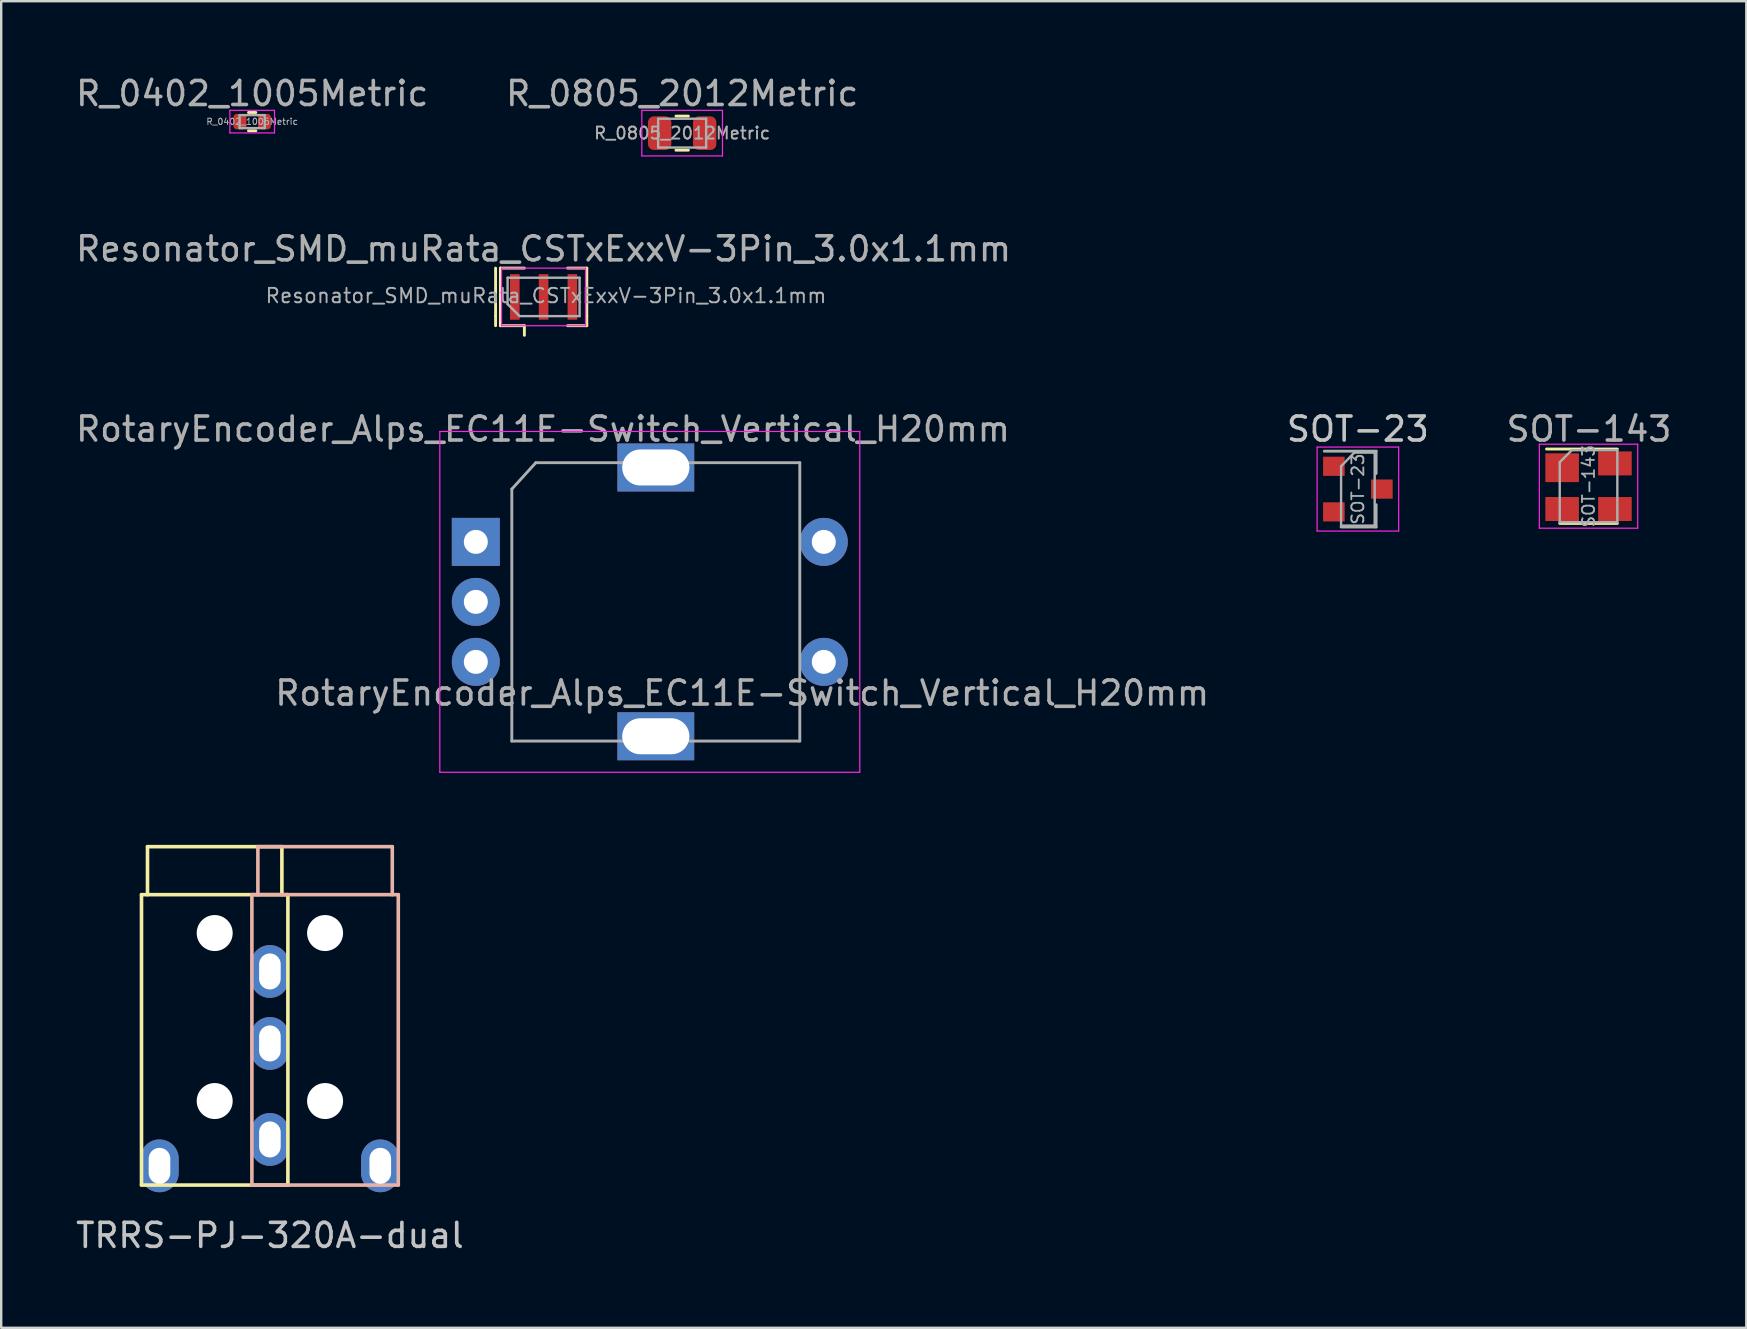
<source format=kicad_pcb>
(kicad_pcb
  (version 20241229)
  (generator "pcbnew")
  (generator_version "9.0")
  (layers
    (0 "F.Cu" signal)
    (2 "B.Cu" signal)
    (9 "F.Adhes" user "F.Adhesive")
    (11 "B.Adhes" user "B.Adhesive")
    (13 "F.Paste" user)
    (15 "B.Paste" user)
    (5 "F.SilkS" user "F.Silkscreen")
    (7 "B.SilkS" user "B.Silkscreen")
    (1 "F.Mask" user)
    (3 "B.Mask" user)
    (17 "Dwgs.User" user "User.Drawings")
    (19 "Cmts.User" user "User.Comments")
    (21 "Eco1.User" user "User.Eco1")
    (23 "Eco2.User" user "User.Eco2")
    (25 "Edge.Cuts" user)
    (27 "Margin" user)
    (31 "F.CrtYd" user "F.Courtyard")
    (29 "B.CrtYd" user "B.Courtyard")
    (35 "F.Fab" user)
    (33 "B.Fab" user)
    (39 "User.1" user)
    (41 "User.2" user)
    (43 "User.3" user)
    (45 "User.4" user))
  (footprint "TRRS-PJ-320A-dual"
    (layer "F.Cu")
    (at 8.196 34.23)
    (property "Reference" "TRRS-PJ-320A-dual" (at 0 14.2 0) (layer "Dwgs.User") (effects (font (size 1 1) (thickness 0.15))))
    (attr through_hole)
    (fp_line (start -5.35 0) (end -5.35 12.1) (stroke (width 0.15) (type solid)) (layer "F.SilkS"))
    (fp_line (start -5.1 0) (end -5.1 -2) (stroke (width 0.15) (type solid)) (layer "F.SilkS"))
    (fp_line (start 0.5 -2) (end -5.1 -2) (stroke (width 0.15) (type solid)) (layer "F.SilkS"))
    (fp_line (start 0.5 0) (end 0.5 -2) (stroke (width 0.15) (type solid)) (layer "F.SilkS"))
    (fp_line (start 0.75 0) (end -5.35 0) (stroke (width 0.15) (type solid)) (layer "F.SilkS"))
    (fp_line (start 0.75 0) (end 0.75 12.1) (stroke (width 0.15) (type solid)) (layer "F.SilkS"))
    (fp_line (start 0.75 12.1) (end -5.35 12.1) (stroke (width 0.15) (type solid)) (layer "F.SilkS"))
    (fp_line (start -0.75 0) (end -0.75 12.1) (stroke (width 0.15) (type solid)) (layer "B.SilkS"))
    (fp_line (start -0.75 0) (end 5.35 0) (stroke (width 0.15) (type solid)) (layer "B.SilkS"))
    (fp_line (start -0.75 12.1) (end 5.35 12.1) (stroke (width 0.15) (type solid)) (layer "B.SilkS"))
    (fp_line (start -0.5 -2) (end 5.1 -2) (stroke (width 0.15) (type solid)) (layer "B.SilkS"))
    (fp_line (start -0.5 0) (end -0.5 -2) (stroke (width 0.15) (type solid)) (layer "B.SilkS"))
    (fp_line (start 5.1 0) (end 5.1 -2) (stroke (width 0.15) (type solid)) (layer "B.SilkS"))
    (fp_line (start 5.35 0) (end 5.35 12.1) (stroke (width 0.15) (type solid)) (layer "B.SilkS"))
    (pad "" np_thru_hole circle (at -2.3 1.6) (size 1.5 1.5) (drill 1.5) (layers "*.Cu" "*.Mask"))
    (pad "" np_thru_hole circle (at -2.3 8.6) (size 1.5 1.5) (drill 1.5) (layers "*.Cu" "*.Mask"))
    (pad "" np_thru_hole circle (at 2.3 1.6) (size 1.5 1.5) (drill 1.5) (layers "*.Cu" "*.Mask"))
    (pad "" np_thru_hole circle (at 2.3 8.6) (size 1.5 1.5) (drill 1.5) (layers "*.Cu" "*.Mask"))
    (pad "1" thru_hole oval (at -4.6 11.3) (size 1.6 2.2) (drill oval 0.9 1.5) (layers "*.Cu" "*.Mask"))
    (pad "1" thru_hole oval (at 4.6 11.3) (size 1.6 2.2) (drill oval 0.9 1.5) (layers "*.Cu" "*.Mask"))
    (pad "2" thru_hole oval (at 0 10.2) (size 1.6 2.2) (drill oval 0.9 1.5) (layers "*.Cu" "*.Mask"))
    (pad "3" thru_hole oval (at 0 6.2) (size 1.6 2.2) (drill oval 0.9 1.5) (layers "*.Cu" "*.Mask"))
    (pad "4" thru_hole oval (at 0 3.2) (size 1.6 2.2) (drill oval 0.9 1.5) (layers "*.Cu" "*.Mask")))
  (footprint "SOT-23"
    (layer "F.Cu")
    (at 53.532 17.33)
    (property "Reference" "SOT-23" (at 0 -2.5 0) (layer "Dwgs.User") (effects (font (size 1 1) (thickness 0.15))))
    (attr smd)
    (fp_line (start -1.7 -1.75) (end 1.7 -1.75) (stroke (width 0.05) (type solid)) (layer "F.CrtYd"))
    (fp_line (start -1.7 1.75) (end -1.7 -1.75) (stroke (width 0.05) (type solid)) (layer "F.CrtYd"))
    (fp_line (start 1.7 -1.75) (end 1.7 1.75) (stroke (width 0.05) (type solid)) (layer "F.CrtYd"))
    (fp_line (start 1.7 1.75) (end -1.7 1.75) (stroke (width 0.05) (type solid)) (layer "F.CrtYd"))
    (fp_line (start -0.7 -0.95) (end -0.7 1.5) (stroke (width 0.1) (type solid)) (layer "F.Fab"))
    (fp_line (start -0.7 -0.95) (end -0.15 -1.52) (stroke (width 0.1) (type solid)) (layer "F.Fab"))
    (fp_line (start -0.7 1.52) (end 0.7 1.52) (stroke (width 0.1) (type solid)) (layer "F.Fab"))
    (fp_line (start -0.15 -1.52) (end 0.7 -1.52) (stroke (width 0.1) (type solid)) (layer "F.Fab"))
    (fp_line (start 0.7 -1.52) (end 0.7 1.52) (stroke (width 0.1) (type solid)) (layer "F.Fab"))
    (fp_line (start 0.76 -1.58) (end -1.4 -1.58) (stroke (width 0.12) (type solid)) (layer "F.Fab"))
    (fp_line (start 0.76 -1.58) (end 0.76 -0.65) (stroke (width 0.12) (type solid)) (layer "F.Fab"))
    (fp_line (start 0.76 1.58) (end -0.7 1.58) (stroke (width 0.12) (type solid)) (layer "F.Fab"))
    (fp_line (start 0.76 1.58) (end 0.76 0.65) (stroke (width 0.12) (type solid)) (layer "F.Fab"))
    (fp_text user "${REFERENCE}" (at 0 0 90) (layer "F.Fab") (effects (font (size 0.5 0.5) (thickness 0.075))))
    (pad "1" smd rect (at -1 -0.95) (size 0.9 0.8) (layers "F.Cu" "F.Mask" "F.Paste"))
    (pad "2" smd rect (at -1 0.95) (size 0.9 0.8) (layers "F.Cu" "F.Mask" "F.Paste"))
    (pad "3" smd rect (at 1 0) (size 0.9 0.8) (layers "F.Cu" "F.Mask" "F.Paste")))
  (footprint "RotaryEncoder_Alps_EC11E-Switch_Vertical_H20mm"
    (layer "F.Cu")
    (at 16.777 19.53)
    (property "Reference" "RotaryEncoder_Alps_EC11E-Switch_Vertical_H20mm" (at 2.8 -4.7 0) (layer "F.Fab") (effects (font (size 1 1) (thickness 0.15))))
    (fp_line (start -1.5 -4.6) (end -1.5 9.6) (stroke (width 0.05) (type solid)) (layer "F.CrtYd"))
    (fp_line (start -1.5 -4.6) (end 16 -4.6) (stroke (width 0.05) (type solid)) (layer "F.CrtYd"))
    (fp_line (start 16 9.6) (end -1.5 9.6) (stroke (width 0.05) (type solid)) (layer "F.CrtYd"))
    (fp_line (start 16 9.6) (end 16 -4.6) (stroke (width 0.05) (type solid)) (layer "F.CrtYd"))
    (fp_line (start 1.5 -2.2) (end 2.5 -3.3) (stroke (width 0.12) (type solid)) (layer "F.Fab"))
    (fp_line (start 1.5 8.3) (end 1.5 -2.2) (stroke (width 0.12) (type solid)) (layer "F.Fab"))
    (fp_line (start 2.5 -3.3) (end 13.5 -3.3) (stroke (width 0.12) (type solid)) (layer "F.Fab"))
    (fp_line (start 13.5 -3.3) (end 13.5 8.3) (stroke (width 0.12) (type solid)) (layer "F.Fab"))
    (fp_line (start 13.5 8.3) (end 1.5 8.3) (stroke (width 0.12) (type solid)) (layer "F.Fab"))
    (fp_text user "${REFERENCE}" (at 11.1 6.3 0) (layer "F.Fab") (effects (font (size 1 1) (thickness 0.15))))
    (pad "A" thru_hole rect (at 0 0) (size 2 2) (drill 1) (layers "*.Cu" "*.Mask"))
    (pad "B" thru_hole circle (at 0 5) (size 2 2) (drill 1) (layers "*.Cu" "*.Mask"))
    (pad "C" thru_hole circle (at 0 2.5) (size 2 2) (drill 1) (layers "*.Cu" "*.Mask"))
    (pad "MP" thru_hole rect (at 7.5 -3.1) (size 3.2 2) (drill oval 2.8 1.5) (layers "*.Cu" "*.Mask"))
    (pad "MP" thru_hole rect (at 7.5 8.1) (size 3.2 2) (drill oval 2.8 1.5) (layers "*.Cu" "*.Mask"))
    (pad "S1" thru_hole circle (at 14.5 5) (size 2 2) (drill 1) (layers "*.Cu" "*.Mask"))
    (pad "S2" thru_hole circle (at 14.5 0) (size 2 2) (drill 1) (layers "*.Cu" "*.Mask")))
  (footprint "R_0805_2012Metric"
    (layer "F.Cu")
    (at 25.375 2.498)
    (property "Reference" "R_0805_2012Metric" (at 0 -1.65 0) (layer "F.Fab") (effects (font (size 1 1) (thickness 0.15))))
    (attr smd)
    (fp_line (start -0.259 -0.71) (end 0.259 -0.71) (stroke (width 0.12) (type solid)) (layer "F.SilkS"))
    (fp_line (start -0.259 0.71) (end 0.259 0.71) (stroke (width 0.12) (type solid)) (layer "F.SilkS"))
    (fp_line (start -1.68 -0.95) (end 1.68 -0.95) (stroke (width 0.05) (type solid)) (layer "F.CrtYd"))
    (fp_line (start -1.68 0.95) (end -1.68 -0.95) (stroke (width 0.05) (type solid)) (layer "F.CrtYd"))
    (fp_line (start 1.68 -0.95) (end 1.68 0.95) (stroke (width 0.05) (type solid)) (layer "F.CrtYd"))
    (fp_line (start 1.68 0.95) (end -1.68 0.95) (stroke (width 0.05) (type solid)) (layer "F.CrtYd"))
    (fp_line (start -1 -0.6) (end 1 -0.6) (stroke (width 0.1) (type solid)) (layer "F.Fab"))
    (fp_line (start -1 0.6) (end -1 -0.6) (stroke (width 0.1) (type solid)) (layer "F.Fab"))
    (fp_line (start 1 -0.6) (end 1 0.6) (stroke (width 0.1) (type solid)) (layer "F.Fab"))
    (fp_line (start 1 0.6) (end -1 0.6) (stroke (width 0.1) (type solid)) (layer "F.Fab"))
    (fp_text user "${REFERENCE}" (at 0 0 0) (layer "F.Fab") (effects (font (size 0.5 0.5) (thickness 0.08))))
    (pad "1" smd roundrect (at -0.938 0) (size 0.975 1.4) (layers "F.Cu" "F.Mask" "F.Paste") (roundrect_rratio 0.25))
    (pad "2" smd roundrect (at 0.938 0) (size 0.975 1.4) (layers "F.Cu" "F.Mask" "F.Paste") (roundrect_rratio 0.25)))
  (footprint "SOT-143"
    (layer "F.Cu")
    (at 63.143 17.21)
    (property "Reference" "SOT-143" (at 0.02 -2.38 0) (layer "F.Fab") (effects (font (size 1 1) (thickness 0.15))))
    (attr smd)
    (fp_line (start -1.2 1.55) (end 1.2 1.55) (stroke (width 0.12) (type solid)) (layer "F.SilkS"))
    (fp_line (start 1.2 -1.55) (end -1.75 -1.55) (stroke (width 0.12) (type solid)) (layer "F.SilkS"))
    (fp_line (start -2.05 1.75) (end -2.05 -1.75) (stroke (width 0.05) (type solid)) (layer "F.CrtYd"))
    (fp_line (start -2.05 1.75) (end 2.05 1.75) (stroke (width 0.05) (type solid)) (layer "F.CrtYd"))
    (fp_line (start 2.05 -1.75) (end -2.05 -1.75) (stroke (width 0.05) (type solid)) (layer "F.CrtYd"))
    (fp_line (start 2.05 -1.75) (end 2.05 1.75) (stroke (width 0.05) (type solid)) (layer "F.CrtYd"))
    (fp_line (start -1.2 -1) (end -0.7 -1.5) (stroke (width 0.1) (type solid)) (layer "F.Fab"))
    (fp_line (start -1.2 1.5) (end -1.2 -1) (stroke (width 0.1) (type solid)) (layer "F.Fab"))
    (fp_line (start -0.7 -1.5) (end 1.2 -1.5) (stroke (width 0.1) (type solid)) (layer "F.Fab"))
    (fp_line (start 1.2 -1.5) (end 1.2 1.5) (stroke (width 0.1) (type solid)) (layer "F.Fab"))
    (fp_line (start 1.2 1.5) (end -1.2 1.5) (stroke (width 0.1) (type solid)) (layer "F.Fab"))
    (fp_text user "${REFERENCE}" (at 0 0 90) (layer "F.Fab") (effects (font (size 0.5 0.5) (thickness 0.075))))
    (pad "1" smd rect (at -1.1 -0.77 270) (size 1.2 1.4) (layers "F.Cu" "F.Mask" "F.Paste"))
    (pad "2" smd rect (at -1.1 0.95 270) (size 1 1.4) (layers "F.Cu" "F.Mask" "F.Paste"))
    (pad "3" smd rect (at 1.1 0.95 270) (size 1 1.4) (layers "F.Cu" "F.Mask" "F.Paste"))
    (pad "4" smd rect (at 1.1 -0.95 270) (size 1 1.4) (layers "F.Cu" "F.Mask" "F.Paste")))
  (footprint "R_0402_1005Metric"
    (layer "F.Cu")
    (at 7.458 2.018)
    (property "Reference" "R_0402_1005Metric" (at 0 -1.17 0) (layer "F.Fab") (effects (font (size 1 1) (thickness 0.15))))
    (attr smd)
    (fp_line (start -0.154 -0.38) (end 0.154 -0.38) (stroke (width 0.12) (type solid)) (layer "F.SilkS"))
    (fp_line (start -0.154 0.38) (end 0.154 0.38) (stroke (width 0.12) (type solid)) (layer "F.SilkS"))
    (fp_line (start -0.93 -0.47) (end 0.93 -0.47) (stroke (width 0.05) (type solid)) (layer "F.CrtYd"))
    (fp_line (start -0.93 0.47) (end -0.93 -0.47) (stroke (width 0.05) (type solid)) (layer "F.CrtYd"))
    (fp_line (start 0.93 -0.47) (end 0.93 0.47) (stroke (width 0.05) (type solid)) (layer "F.CrtYd"))
    (fp_line (start 0.93 0.47) (end -0.93 0.47) (stroke (width 0.05) (type solid)) (layer "F.CrtYd"))
    (fp_line (start -0.525 -0.27) (end 0.525 -0.27) (stroke (width 0.1) (type solid)) (layer "F.Fab"))
    (fp_line (start -0.525 0.27) (end -0.525 -0.27) (stroke (width 0.1) (type solid)) (layer "F.Fab"))
    (fp_line (start 0.525 -0.27) (end 0.525 0.27) (stroke (width 0.1) (type solid)) (layer "F.Fab"))
    (fp_line (start 0.525 0.27) (end -0.525 0.27) (stroke (width 0.1) (type solid)) (layer "F.Fab"))
    (fp_text user "${REFERENCE}" (at 0 0 0) (layer "F.Fab") (effects (font (size 0.26 0.26) (thickness 0.04))))
    (pad "1" smd roundrect (at -0.51 0) (size 0.54 0.64) (layers "F.Cu" "F.Mask" "F.Paste") (roundrect_rratio 0.25))
    (pad "2" smd roundrect (at 0.51 0) (size 0.54 0.64) (layers "F.Cu" "F.Mask" "F.Paste") (roundrect_rratio 0.25)))
  (footprint "Resonator_SMD_muRata_CSTxExxV-3Pin_3.0x1.1mm"
    (layer "F.Cu")
    (at 19.601 9.322)
    (property "Reference" "Resonator_SMD_muRata_CSTxExxV-3Pin_3.0x1.1mm" (at 0 -2 180) (layer "F.Fab") (effects (font (size 1 1) (thickness 0.15))))
    (attr smd)
    (fp_line (start -2 -1.2) (end -2 0.8) (stroke (width 0.12) (type solid)) (layer "F.SilkS"))
    (fp_line (start -2 0.8) (end -2 1.2) (stroke (width 0.12) (type solid)) (layer "F.SilkS"))
    (fp_line (start -1.8 -1.2) (end -0.8 -1.2) (stroke (width 0.12) (type solid)) (layer "F.SilkS"))
    (fp_line (start -1.8 0.8) (end -1.8 -1.2) (stroke (width 0.12) (type solid)) (layer "F.SilkS"))
    (fp_line (start -1.8 0.8) (end -1.8 1.2) (stroke (width 0.12) (type solid)) (layer "F.SilkS"))
    (fp_line (start -0.8 1.2) (end -1.8 1.2) (stroke (width 0.12) (type solid)) (layer "F.SilkS"))
    (fp_line (start -0.8 1.2) (end -0.8 1.6) (stroke (width 0.12) (type solid)) (layer "F.SilkS"))
    (fp_line (start 1 -1.2) (end 1.8 -1.2) (stroke (width 0.12) (type solid)) (layer "F.SilkS"))
    (fp_line (start 1.8 -1.2) (end 1.8 0.8) (stroke (width 0.12) (type solid)) (layer "F.SilkS"))
    (fp_line (start 1.8 0.8) (end 1.8 1.2) (stroke (width 0.12) (type solid)) (layer "F.SilkS"))
    (fp_line (start 1.8 1.2) (end 1 1.2) (stroke (width 0.12) (type solid)) (layer "F.SilkS"))
    (fp_line (start -1.75 -1.2) (end 1.75 -1.2) (stroke (width 0.05) (type solid)) (layer "F.CrtYd"))
    (fp_line (start -1.75 1.2) (end -1.75 -1.2) (stroke (width 0.05) (type solid)) (layer "F.CrtYd"))
    (fp_line (start 1.75 -1.2) (end 1.75 1.2) (stroke (width 0.05) (type solid)) (layer "F.CrtYd"))
    (fp_line (start 1.75 1.2) (end -1.75 1.2) (stroke (width 0.05) (type solid)) (layer "F.CrtYd"))
    (fp_line (start -1.5 0.3) (end -1.5 -0.8) (stroke (width 0.1) (type solid)) (layer "F.Fab"))
    (fp_line (start -1 0.8) (end -1.5 0.3) (stroke (width 0.1) (type solid)) (layer "F.Fab"))
    (fp_line (start -1 0.8) (end 1.5 0.8) (stroke (width 0.1) (type solid)) (layer "F.Fab"))
    (fp_line (start 1.5 -0.8) (end -1.5 -0.8) (stroke (width 0.1) (type solid)) (layer "F.Fab"))
    (fp_line (start 1.5 0.8) (end 1.5 -0.8) (stroke (width 0.1) (type solid)) (layer "F.Fab"))
    (fp_text user "${REFERENCE}" (at 0.1 -0.05 180) (layer "F.Fab") (effects (font (size 0.6 0.6) (thickness 0.08))))
    (pad "1" smd rect (at -1.2 0) (size 0.4 1.9) (layers "F.Cu" "F.Mask" "F.Paste"))
    (pad "2" smd rect (at 0 0) (size 0.4 1.9) (layers "F.Cu" "F.Mask" "F.Paste"))
    (pad "3" smd rect (at 1.2 0) (size 0.4 1.9) (layers "F.Cu" "F.Mask" "F.Paste")))
  (gr_rect
    (start -3 -3)
    (end 69.717 52.278)
    (stroke (width 0.1) (type default))
    (fill no)
    (layer "Edge.Cuts")))
</source>
